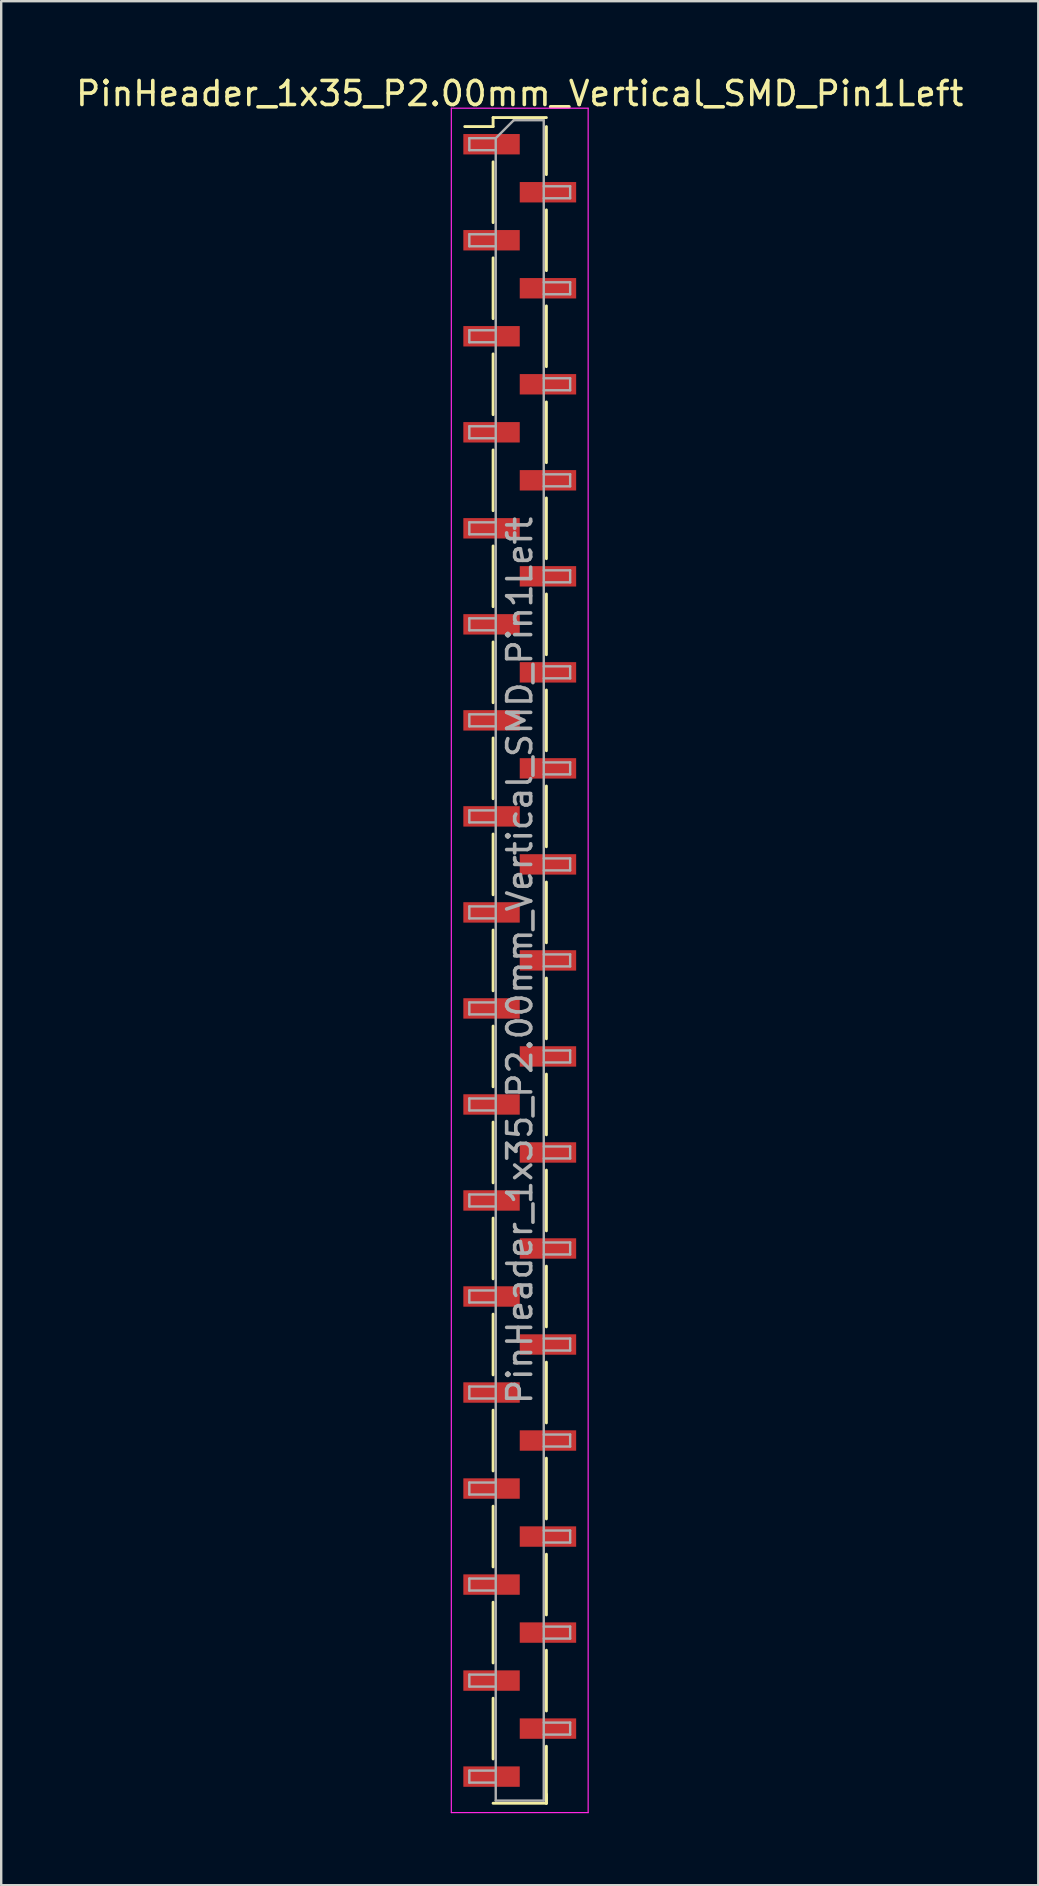
<source format=kicad_pcb>
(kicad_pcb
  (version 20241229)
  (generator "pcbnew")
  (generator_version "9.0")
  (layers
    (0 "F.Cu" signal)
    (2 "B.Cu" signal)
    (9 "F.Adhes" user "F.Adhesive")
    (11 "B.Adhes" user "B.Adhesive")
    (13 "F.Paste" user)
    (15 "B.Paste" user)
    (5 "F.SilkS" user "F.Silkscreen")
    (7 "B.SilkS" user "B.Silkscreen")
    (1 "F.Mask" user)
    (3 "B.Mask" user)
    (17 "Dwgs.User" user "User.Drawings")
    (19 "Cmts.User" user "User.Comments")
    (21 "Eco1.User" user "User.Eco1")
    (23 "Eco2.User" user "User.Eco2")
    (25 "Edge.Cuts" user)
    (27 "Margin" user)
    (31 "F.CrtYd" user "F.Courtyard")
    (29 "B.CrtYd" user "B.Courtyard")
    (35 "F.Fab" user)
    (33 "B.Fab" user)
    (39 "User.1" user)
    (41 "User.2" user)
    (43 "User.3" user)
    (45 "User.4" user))
  (footprint "PinHeader_1x35_P2.00mm_Vertical_SMD_Pin1Left"
    (layer "F.Cu")
    (at 18.601 36.958)
    (property "Reference" "PinHeader_1x35_P2.00mm_Vertical_SMD_Pin1Left" (at 0 -36.11 0) (layer "F.SilkS") (effects (font (size 1 1) (thickness 0.15))))
    (attr smd)
    (fp_line (start -1.11 -35.11) (end -1.11 -34.735) (stroke (width 0.12) (type solid)) (layer "F.SilkS"))
    (fp_line (start -1.11 -35.11) (end 1.11 -35.11) (stroke (width 0.12) (type solid)) (layer "F.SilkS"))
    (fp_line (start -1.11 -34.735) (end -2.29 -34.735) (stroke (width 0.12) (type solid)) (layer "F.SilkS"))
    (fp_line (start -1.11 -33.265) (end -1.11 -30.735) (stroke (width 0.12) (type solid)) (layer "F.SilkS"))
    (fp_line (start -1.11 -29.265) (end -1.11 -26.735) (stroke (width 0.12) (type solid)) (layer "F.SilkS"))
    (fp_line (start -1.11 -25.265) (end -1.11 -22.735) (stroke (width 0.12) (type solid)) (layer "F.SilkS"))
    (fp_line (start -1.11 -21.265) (end -1.11 -18.735) (stroke (width 0.12) (type solid)) (layer "F.SilkS"))
    (fp_line (start -1.11 -17.265) (end -1.11 -14.735) (stroke (width 0.12) (type solid)) (layer "F.SilkS"))
    (fp_line (start -1.11 -13.265) (end -1.11 -10.735) (stroke (width 0.12) (type solid)) (layer "F.SilkS"))
    (fp_line (start -1.11 -9.265) (end -1.11 -6.735) (stroke (width 0.12) (type solid)) (layer "F.SilkS"))
    (fp_line (start -1.11 -5.265) (end -1.11 -2.735) (stroke (width 0.12) (type solid)) (layer "F.SilkS"))
    (fp_line (start -1.11 -1.265) (end -1.11 1.265) (stroke (width 0.12) (type solid)) (layer "F.SilkS"))
    (fp_line (start -1.11 2.735) (end -1.11 5.265) (stroke (width 0.12) (type solid)) (layer "F.SilkS"))
    (fp_line (start -1.11 6.735) (end -1.11 9.265) (stroke (width 0.12) (type solid)) (layer "F.SilkS"))
    (fp_line (start -1.11 10.735) (end -1.11 13.265) (stroke (width 0.12) (type solid)) (layer "F.SilkS"))
    (fp_line (start -1.11 14.735) (end -1.11 17.265) (stroke (width 0.12) (type solid)) (layer "F.SilkS"))
    (fp_line (start -1.11 18.735) (end -1.11 21.265) (stroke (width 0.12) (type solid)) (layer "F.SilkS"))
    (fp_line (start -1.11 22.735) (end -1.11 25.265) (stroke (width 0.12) (type solid)) (layer "F.SilkS"))
    (fp_line (start -1.11 26.735) (end -1.11 29.265) (stroke (width 0.12) (type solid)) (layer "F.SilkS"))
    (fp_line (start -1.11 30.735) (end -1.11 33.265) (stroke (width 0.12) (type solid)) (layer "F.SilkS"))
    (fp_line (start -1.11 35.11) (end 1.11 35.11) (stroke (width 0.12) (type solid)) (layer "F.SilkS"))
    (fp_line (start 1.11 -34.735) (end 1.11 -32.735) (stroke (width 0.12) (type solid)) (layer "F.SilkS"))
    (fp_line (start 1.11 -31.265) (end 1.11 -28.735) (stroke (width 0.12) (type solid)) (layer "F.SilkS"))
    (fp_line (start 1.11 -27.265) (end 1.11 -24.735) (stroke (width 0.12) (type solid)) (layer "F.SilkS"))
    (fp_line (start 1.11 -23.265) (end 1.11 -20.735) (stroke (width 0.12) (type solid)) (layer "F.SilkS"))
    (fp_line (start 1.11 -19.265) (end 1.11 -16.735) (stroke (width 0.12) (type solid)) (layer "F.SilkS"))
    (fp_line (start 1.11 -15.265) (end 1.11 -12.735) (stroke (width 0.12) (type solid)) (layer "F.SilkS"))
    (fp_line (start 1.11 -11.265) (end 1.11 -8.735) (stroke (width 0.12) (type solid)) (layer "F.SilkS"))
    (fp_line (start 1.11 -7.265) (end 1.11 -4.735) (stroke (width 0.12) (type solid)) (layer "F.SilkS"))
    (fp_line (start 1.11 -3.265) (end 1.11 -0.735) (stroke (width 0.12) (type solid)) (layer "F.SilkS"))
    (fp_line (start 1.11 0.735) (end 1.11 3.265) (stroke (width 0.12) (type solid)) (layer "F.SilkS"))
    (fp_line (start 1.11 4.735) (end 1.11 7.265) (stroke (width 0.12) (type solid)) (layer "F.SilkS"))
    (fp_line (start 1.11 8.735) (end 1.11 11.265) (stroke (width 0.12) (type solid)) (layer "F.SilkS"))
    (fp_line (start 1.11 12.735) (end 1.11 15.265) (stroke (width 0.12) (type solid)) (layer "F.SilkS"))
    (fp_line (start 1.11 16.735) (end 1.11 19.265) (stroke (width 0.12) (type solid)) (layer "F.SilkS"))
    (fp_line (start 1.11 20.735) (end 1.11 23.265) (stroke (width 0.12) (type solid)) (layer "F.SilkS"))
    (fp_line (start 1.11 24.735) (end 1.11 27.265) (stroke (width 0.12) (type solid)) (layer "F.SilkS"))
    (fp_line (start 1.11 28.735) (end 1.11 31.265) (stroke (width 0.12) (type solid)) (layer "F.SilkS"))
    (fp_line (start 1.11 32.735) (end 1.11 35.11) (stroke (width 0.12) (type solid)) (layer "F.SilkS"))
    (fp_line (start 1.11 34.735) (end 1.11 35.11) (stroke (width 0.12) (type solid)) (layer "F.SilkS"))
    (fp_line (start -2.85 -35.5) (end -2.85 35.5) (stroke (width 0.05) (type solid)) (layer "F.CrtYd"))
    (fp_line (start -2.85 35.5) (end 2.85 35.5) (stroke (width 0.05) (type solid)) (layer "F.CrtYd"))
    (fp_line (start 2.85 -35.5) (end -2.85 -35.5) (stroke (width 0.05) (type solid)) (layer "F.CrtYd"))
    (fp_line (start 2.85 35.5) (end 2.85 -35.5) (stroke (width 0.05) (type solid)) (layer "F.CrtYd"))
    (fp_line (start -2.1 -34.25) (end -2.1 -33.75) (stroke (width 0.1) (type solid)) (layer "F.Fab"))
    (fp_line (start -2.1 -33.75) (end -1 -33.75) (stroke (width 0.1) (type solid)) (layer "F.Fab"))
    (fp_line (start -2.1 -30.25) (end -2.1 -29.75) (stroke (width 0.1) (type solid)) (layer "F.Fab"))
    (fp_line (start -2.1 -29.75) (end -1 -29.75) (stroke (width 0.1) (type solid)) (layer "F.Fab"))
    (fp_line (start -2.1 -26.25) (end -2.1 -25.75) (stroke (width 0.1) (type solid)) (layer "F.Fab"))
    (fp_line (start -2.1 -25.75) (end -1 -25.75) (stroke (width 0.1) (type solid)) (layer "F.Fab"))
    (fp_line (start -2.1 -22.25) (end -2.1 -21.75) (stroke (width 0.1) (type solid)) (layer "F.Fab"))
    (fp_line (start -2.1 -21.75) (end -1 -21.75) (stroke (width 0.1) (type solid)) (layer "F.Fab"))
    (fp_line (start -2.1 -18.25) (end -2.1 -17.75) (stroke (width 0.1) (type solid)) (layer "F.Fab"))
    (fp_line (start -2.1 -17.75) (end -1 -17.75) (stroke (width 0.1) (type solid)) (layer "F.Fab"))
    (fp_line (start -2.1 -14.25) (end -2.1 -13.75) (stroke (width 0.1) (type solid)) (layer "F.Fab"))
    (fp_line (start -2.1 -13.75) (end -1 -13.75) (stroke (width 0.1) (type solid)) (layer "F.Fab"))
    (fp_line (start -2.1 -10.25) (end -2.1 -9.75) (stroke (width 0.1) (type solid)) (layer "F.Fab"))
    (fp_line (start -2.1 -9.75) (end -1 -9.75) (stroke (width 0.1) (type solid)) (layer "F.Fab"))
    (fp_line (start -2.1 -6.25) (end -2.1 -5.75) (stroke (width 0.1) (type solid)) (layer "F.Fab"))
    (fp_line (start -2.1 -5.75) (end -1 -5.75) (stroke (width 0.1) (type solid)) (layer "F.Fab"))
    (fp_line (start -2.1 -2.25) (end -2.1 -1.75) (stroke (width 0.1) (type solid)) (layer "F.Fab"))
    (fp_line (start -2.1 -1.75) (end -1 -1.75) (stroke (width 0.1) (type solid)) (layer "F.Fab"))
    (fp_line (start -2.1 1.75) (end -2.1 2.25) (stroke (width 0.1) (type solid)) (layer "F.Fab"))
    (fp_line (start -2.1 2.25) (end -1 2.25) (stroke (width 0.1) (type solid)) (layer "F.Fab"))
    (fp_line (start -2.1 5.75) (end -2.1 6.25) (stroke (width 0.1) (type solid)) (layer "F.Fab"))
    (fp_line (start -2.1 6.25) (end -1 6.25) (stroke (width 0.1) (type solid)) (layer "F.Fab"))
    (fp_line (start -2.1 9.75) (end -2.1 10.25) (stroke (width 0.1) (type solid)) (layer "F.Fab"))
    (fp_line (start -2.1 10.25) (end -1 10.25) (stroke (width 0.1) (type solid)) (layer "F.Fab"))
    (fp_line (start -2.1 13.75) (end -2.1 14.25) (stroke (width 0.1) (type solid)) (layer "F.Fab"))
    (fp_line (start -2.1 14.25) (end -1 14.25) (stroke (width 0.1) (type solid)) (layer "F.Fab"))
    (fp_line (start -2.1 17.75) (end -2.1 18.25) (stroke (width 0.1) (type solid)) (layer "F.Fab"))
    (fp_line (start -2.1 18.25) (end -1 18.25) (stroke (width 0.1) (type solid)) (layer "F.Fab"))
    (fp_line (start -2.1 21.75) (end -2.1 22.25) (stroke (width 0.1) (type solid)) (layer "F.Fab"))
    (fp_line (start -2.1 22.25) (end -1 22.25) (stroke (width 0.1) (type solid)) (layer "F.Fab"))
    (fp_line (start -2.1 25.75) (end -2.1 26.25) (stroke (width 0.1) (type solid)) (layer "F.Fab"))
    (fp_line (start -2.1 26.25) (end -1 26.25) (stroke (width 0.1) (type solid)) (layer "F.Fab"))
    (fp_line (start -2.1 29.75) (end -2.1 30.25) (stroke (width 0.1) (type solid)) (layer "F.Fab"))
    (fp_line (start -2.1 30.25) (end -1 30.25) (stroke (width 0.1) (type solid)) (layer "F.Fab"))
    (fp_line (start -2.1 33.75) (end -2.1 34.25) (stroke (width 0.1) (type solid)) (layer "F.Fab"))
    (fp_line (start -2.1 34.25) (end -1 34.25) (stroke (width 0.1) (type solid)) (layer "F.Fab"))
    (fp_line (start -1 -34.25) (end -2.1 -34.25) (stroke (width 0.1) (type solid)) (layer "F.Fab"))
    (fp_line (start -1 -34.25) (end -0.25 -35) (stroke (width 0.1) (type solid)) (layer "F.Fab"))
    (fp_line (start -1 -30.25) (end -2.1 -30.25) (stroke (width 0.1) (type solid)) (layer "F.Fab"))
    (fp_line (start -1 -26.25) (end -2.1 -26.25) (stroke (width 0.1) (type solid)) (layer "F.Fab"))
    (fp_line (start -1 -22.25) (end -2.1 -22.25) (stroke (width 0.1) (type solid)) (layer "F.Fab"))
    (fp_line (start -1 -18.25) (end -2.1 -18.25) (stroke (width 0.1) (type solid)) (layer "F.Fab"))
    (fp_line (start -1 -14.25) (end -2.1 -14.25) (stroke (width 0.1) (type solid)) (layer "F.Fab"))
    (fp_line (start -1 -10.25) (end -2.1 -10.25) (stroke (width 0.1) (type solid)) (layer "F.Fab"))
    (fp_line (start -1 -6.25) (end -2.1 -6.25) (stroke (width 0.1) (type solid)) (layer "F.Fab"))
    (fp_line (start -1 -2.25) (end -2.1 -2.25) (stroke (width 0.1) (type solid)) (layer "F.Fab"))
    (fp_line (start -1 1.75) (end -2.1 1.75) (stroke (width 0.1) (type solid)) (layer "F.Fab"))
    (fp_line (start -1 5.75) (end -2.1 5.75) (stroke (width 0.1) (type solid)) (layer "F.Fab"))
    (fp_line (start -1 9.75) (end -2.1 9.75) (stroke (width 0.1) (type solid)) (layer "F.Fab"))
    (fp_line (start -1 13.75) (end -2.1 13.75) (stroke (width 0.1) (type solid)) (layer "F.Fab"))
    (fp_line (start -1 17.75) (end -2.1 17.75) (stroke (width 0.1) (type solid)) (layer "F.Fab"))
    (fp_line (start -1 21.75) (end -2.1 21.75) (stroke (width 0.1) (type solid)) (layer "F.Fab"))
    (fp_line (start -1 25.75) (end -2.1 25.75) (stroke (width 0.1) (type solid)) (layer "F.Fab"))
    (fp_line (start -1 29.75) (end -2.1 29.75) (stroke (width 0.1) (type solid)) (layer "F.Fab"))
    (fp_line (start -1 33.75) (end -2.1 33.75) (stroke (width 0.1) (type solid)) (layer "F.Fab"))
    (fp_line (start -1 35) (end -1 -34.25) (stroke (width 0.1) (type solid)) (layer "F.Fab"))
    (fp_line (start -0.25 -35) (end 1 -35) (stroke (width 0.1) (type solid)) (layer "F.Fab"))
    (fp_line (start 1 -35) (end 1 35) (stroke (width 0.1) (type solid)) (layer "F.Fab"))
    (fp_line (start 1 -32.25) (end 2.1 -32.25) (stroke (width 0.1) (type solid)) (layer "F.Fab"))
    (fp_line (start 1 -28.25) (end 2.1 -28.25) (stroke (width 0.1) (type solid)) (layer "F.Fab"))
    (fp_line (start 1 -24.25) (end 2.1 -24.25) (stroke (width 0.1) (type solid)) (layer "F.Fab"))
    (fp_line (start 1 -20.25) (end 2.1 -20.25) (stroke (width 0.1) (type solid)) (layer "F.Fab"))
    (fp_line (start 1 -16.25) (end 2.1 -16.25) (stroke (width 0.1) (type solid)) (layer "F.Fab"))
    (fp_line (start 1 -12.25) (end 2.1 -12.25) (stroke (width 0.1) (type solid)) (layer "F.Fab"))
    (fp_line (start 1 -8.25) (end 2.1 -8.25) (stroke (width 0.1) (type solid)) (layer "F.Fab"))
    (fp_line (start 1 -4.25) (end 2.1 -4.25) (stroke (width 0.1) (type solid)) (layer "F.Fab"))
    (fp_line (start 1 -0.25) (end 2.1 -0.25) (stroke (width 0.1) (type solid)) (layer "F.Fab"))
    (fp_line (start 1 3.75) (end 2.1 3.75) (stroke (width 0.1) (type solid)) (layer "F.Fab"))
    (fp_line (start 1 7.75) (end 2.1 7.75) (stroke (width 0.1) (type solid)) (layer "F.Fab"))
    (fp_line (start 1 11.75) (end 2.1 11.75) (stroke (width 0.1) (type solid)) (layer "F.Fab"))
    (fp_line (start 1 15.75) (end 2.1 15.75) (stroke (width 0.1) (type solid)) (layer "F.Fab"))
    (fp_line (start 1 19.75) (end 2.1 19.75) (stroke (width 0.1) (type solid)) (layer "F.Fab"))
    (fp_line (start 1 23.75) (end 2.1 23.75) (stroke (width 0.1) (type solid)) (layer "F.Fab"))
    (fp_line (start 1 27.75) (end 2.1 27.75) (stroke (width 0.1) (type solid)) (layer "F.Fab"))
    (fp_line (start 1 31.75) (end 2.1 31.75) (stroke (width 0.1) (type solid)) (layer "F.Fab"))
    (fp_line (start 1 35) (end -1 35) (stroke (width 0.1) (type solid)) (layer "F.Fab"))
    (fp_line (start 2.1 -32.25) (end 2.1 -31.75) (stroke (width 0.1) (type solid)) (layer "F.Fab"))
    (fp_line (start 2.1 -31.75) (end 1 -31.75) (stroke (width 0.1) (type solid)) (layer "F.Fab"))
    (fp_line (start 2.1 -28.25) (end 2.1 -27.75) (stroke (width 0.1) (type solid)) (layer "F.Fab"))
    (fp_line (start 2.1 -27.75) (end 1 -27.75) (stroke (width 0.1) (type solid)) (layer "F.Fab"))
    (fp_line (start 2.1 -24.25) (end 2.1 -23.75) (stroke (width 0.1) (type solid)) (layer "F.Fab"))
    (fp_line (start 2.1 -23.75) (end 1 -23.75) (stroke (width 0.1) (type solid)) (layer "F.Fab"))
    (fp_line (start 2.1 -20.25) (end 2.1 -19.75) (stroke (width 0.1) (type solid)) (layer "F.Fab"))
    (fp_line (start 2.1 -19.75) (end 1 -19.75) (stroke (width 0.1) (type solid)) (layer "F.Fab"))
    (fp_line (start 2.1 -16.25) (end 2.1 -15.75) (stroke (width 0.1) (type solid)) (layer "F.Fab"))
    (fp_line (start 2.1 -15.75) (end 1 -15.75) (stroke (width 0.1) (type solid)) (layer "F.Fab"))
    (fp_line (start 2.1 -12.25) (end 2.1 -11.75) (stroke (width 0.1) (type solid)) (layer "F.Fab"))
    (fp_line (start 2.1 -11.75) (end 1 -11.75) (stroke (width 0.1) (type solid)) (layer "F.Fab"))
    (fp_line (start 2.1 -8.25) (end 2.1 -7.75) (stroke (width 0.1) (type solid)) (layer "F.Fab"))
    (fp_line (start 2.1 -7.75) (end 1 -7.75) (stroke (width 0.1) (type solid)) (layer "F.Fab"))
    (fp_line (start 2.1 -4.25) (end 2.1 -3.75) (stroke (width 0.1) (type solid)) (layer "F.Fab"))
    (fp_line (start 2.1 -3.75) (end 1 -3.75) (stroke (width 0.1) (type solid)) (layer "F.Fab"))
    (fp_line (start 2.1 -0.25) (end 2.1 0.25) (stroke (width 0.1) (type solid)) (layer "F.Fab"))
    (fp_line (start 2.1 0.25) (end 1 0.25) (stroke (width 0.1) (type solid)) (layer "F.Fab"))
    (fp_line (start 2.1 3.75) (end 2.1 4.25) (stroke (width 0.1) (type solid)) (layer "F.Fab"))
    (fp_line (start 2.1 4.25) (end 1 4.25) (stroke (width 0.1) (type solid)) (layer "F.Fab"))
    (fp_line (start 2.1 7.75) (end 2.1 8.25) (stroke (width 0.1) (type solid)) (layer "F.Fab"))
    (fp_line (start 2.1 8.25) (end 1 8.25) (stroke (width 0.1) (type solid)) (layer "F.Fab"))
    (fp_line (start 2.1 11.75) (end 2.1 12.25) (stroke (width 0.1) (type solid)) (layer "F.Fab"))
    (fp_line (start 2.1 12.25) (end 1 12.25) (stroke (width 0.1) (type solid)) (layer "F.Fab"))
    (fp_line (start 2.1 15.75) (end 2.1 16.25) (stroke (width 0.1) (type solid)) (layer "F.Fab"))
    (fp_line (start 2.1 16.25) (end 1 16.25) (stroke (width 0.1) (type solid)) (layer "F.Fab"))
    (fp_line (start 2.1 19.75) (end 2.1 20.25) (stroke (width 0.1) (type solid)) (layer "F.Fab"))
    (fp_line (start 2.1 20.25) (end 1 20.25) (stroke (width 0.1) (type solid)) (layer "F.Fab"))
    (fp_line (start 2.1 23.75) (end 2.1 24.25) (stroke (width 0.1) (type solid)) (layer "F.Fab"))
    (fp_line (start 2.1 24.25) (end 1 24.25) (stroke (width 0.1) (type solid)) (layer "F.Fab"))
    (fp_line (start 2.1 27.75) (end 2.1 28.25) (stroke (width 0.1) (type solid)) (layer "F.Fab"))
    (fp_line (start 2.1 28.25) (end 1 28.25) (stroke (width 0.1) (type solid)) (layer "F.Fab"))
    (fp_line (start 2.1 31.75) (end 2.1 32.25) (stroke (width 0.1) (type solid)) (layer "F.Fab"))
    (fp_line (start 2.1 32.25) (end 1 32.25) (stroke (width 0.1) (type solid)) (layer "F.Fab"))
    (fp_text user "${REFERENCE}" (at 0 0 90) (layer "F.Fab") (effects (font (size 1 1) (thickness 0.15))))
    (pad "1" smd rect (at -1.175 -34) (size 2.35 0.85) (layers "F.Cu" "F.Mask" "F.Paste"))
    (pad "2" smd rect (at 1.175 -32) (size 2.35 0.85) (layers "F.Cu" "F.Mask" "F.Paste"))
    (pad "3" smd rect (at -1.175 -30) (size 2.35 0.85) (layers "F.Cu" "F.Mask" "F.Paste"))
    (pad "4" smd rect (at 1.175 -28) (size 2.35 0.85) (layers "F.Cu" "F.Mask" "F.Paste"))
    (pad "5" smd rect (at -1.175 -26) (size 2.35 0.85) (layers "F.Cu" "F.Mask" "F.Paste"))
    (pad "6" smd rect (at 1.175 -24) (size 2.35 0.85) (layers "F.Cu" "F.Mask" "F.Paste"))
    (pad "7" smd rect (at -1.175 -22) (size 2.35 0.85) (layers "F.Cu" "F.Mask" "F.Paste"))
    (pad "8" smd rect (at 1.175 -20) (size 2.35 0.85) (layers "F.Cu" "F.Mask" "F.Paste"))
    (pad "9" smd rect (at -1.175 -18) (size 2.35 0.85) (layers "F.Cu" "F.Mask" "F.Paste"))
    (pad "10" smd rect (at 1.175 -16) (size 2.35 0.85) (layers "F.Cu" "F.Mask" "F.Paste"))
    (pad "11" smd rect (at -1.175 -14) (size 2.35 0.85) (layers "F.Cu" "F.Mask" "F.Paste"))
    (pad "12" smd rect (at 1.175 -12) (size 2.35 0.85) (layers "F.Cu" "F.Mask" "F.Paste"))
    (pad "13" smd rect (at -1.175 -10) (size 2.35 0.85) (layers "F.Cu" "F.Mask" "F.Paste"))
    (pad "14" smd rect (at 1.175 -8) (size 2.35 0.85) (layers "F.Cu" "F.Mask" "F.Paste"))
    (pad "15" smd rect (at -1.175 -6) (size 2.35 0.85) (layers "F.Cu" "F.Mask" "F.Paste"))
    (pad "16" smd rect (at 1.175 -4) (size 2.35 0.85) (layers "F.Cu" "F.Mask" "F.Paste"))
    (pad "17" smd rect (at -1.175 -2) (size 2.35 0.85) (layers "F.Cu" "F.Mask" "F.Paste"))
    (pad "18" smd rect (at 1.175 0) (size 2.35 0.85) (layers "F.Cu" "F.Mask" "F.Paste"))
    (pad "19" smd rect (at -1.175 2) (size 2.35 0.85) (layers "F.Cu" "F.Mask" "F.Paste"))
    (pad "20" smd rect (at 1.175 4) (size 2.35 0.85) (layers "F.Cu" "F.Mask" "F.Paste"))
    (pad "21" smd rect (at -1.175 6) (size 2.35 0.85) (layers "F.Cu" "F.Mask" "F.Paste"))
    (pad "22" smd rect (at 1.175 8) (size 2.35 0.85) (layers "F.Cu" "F.Mask" "F.Paste"))
    (pad "23" smd rect (at -1.175 10) (size 2.35 0.85) (layers "F.Cu" "F.Mask" "F.Paste"))
    (pad "24" smd rect (at 1.175 12) (size 2.35 0.85) (layers "F.Cu" "F.Mask" "F.Paste"))
    (pad "25" smd rect (at -1.175 14) (size 2.35 0.85) (layers "F.Cu" "F.Mask" "F.Paste"))
    (pad "26" smd rect (at 1.175 16) (size 2.35 0.85) (layers "F.Cu" "F.Mask" "F.Paste"))
    (pad "27" smd rect (at -1.175 18) (size 2.35 0.85) (layers "F.Cu" "F.Mask" "F.Paste"))
    (pad "28" smd rect (at 1.175 20) (size 2.35 0.85) (layers "F.Cu" "F.Mask" "F.Paste"))
    (pad "29" smd rect (at -1.175 22) (size 2.35 0.85) (layers "F.Cu" "F.Mask" "F.Paste"))
    (pad "30" smd rect (at 1.175 24) (size 2.35 0.85) (layers "F.Cu" "F.Mask" "F.Paste"))
    (pad "31" smd rect (at -1.175 26) (size 2.35 0.85) (layers "F.Cu" "F.Mask" "F.Paste"))
    (pad "32" smd rect (at 1.175 28) (size 2.35 0.85) (layers "F.Cu" "F.Mask" "F.Paste"))
    (pad "33" smd rect (at -1.175 30) (size 2.35 0.85) (layers "F.Cu" "F.Mask" "F.Paste"))
    (pad "34" smd rect (at 1.175 32) (size 2.35 0.85) (layers "F.Cu" "F.Mask" "F.Paste"))
    (pad "35" smd rect (at -1.175 34) (size 2.35 0.85) (layers "F.Cu" "F.Mask" "F.Paste")))
  (gr_rect
    (start -3 -3)
    (end 40.202 75.483)
    (stroke (width 0.1) (type default))
    (fill no)
    (layer "Edge.Cuts")))
</source>
